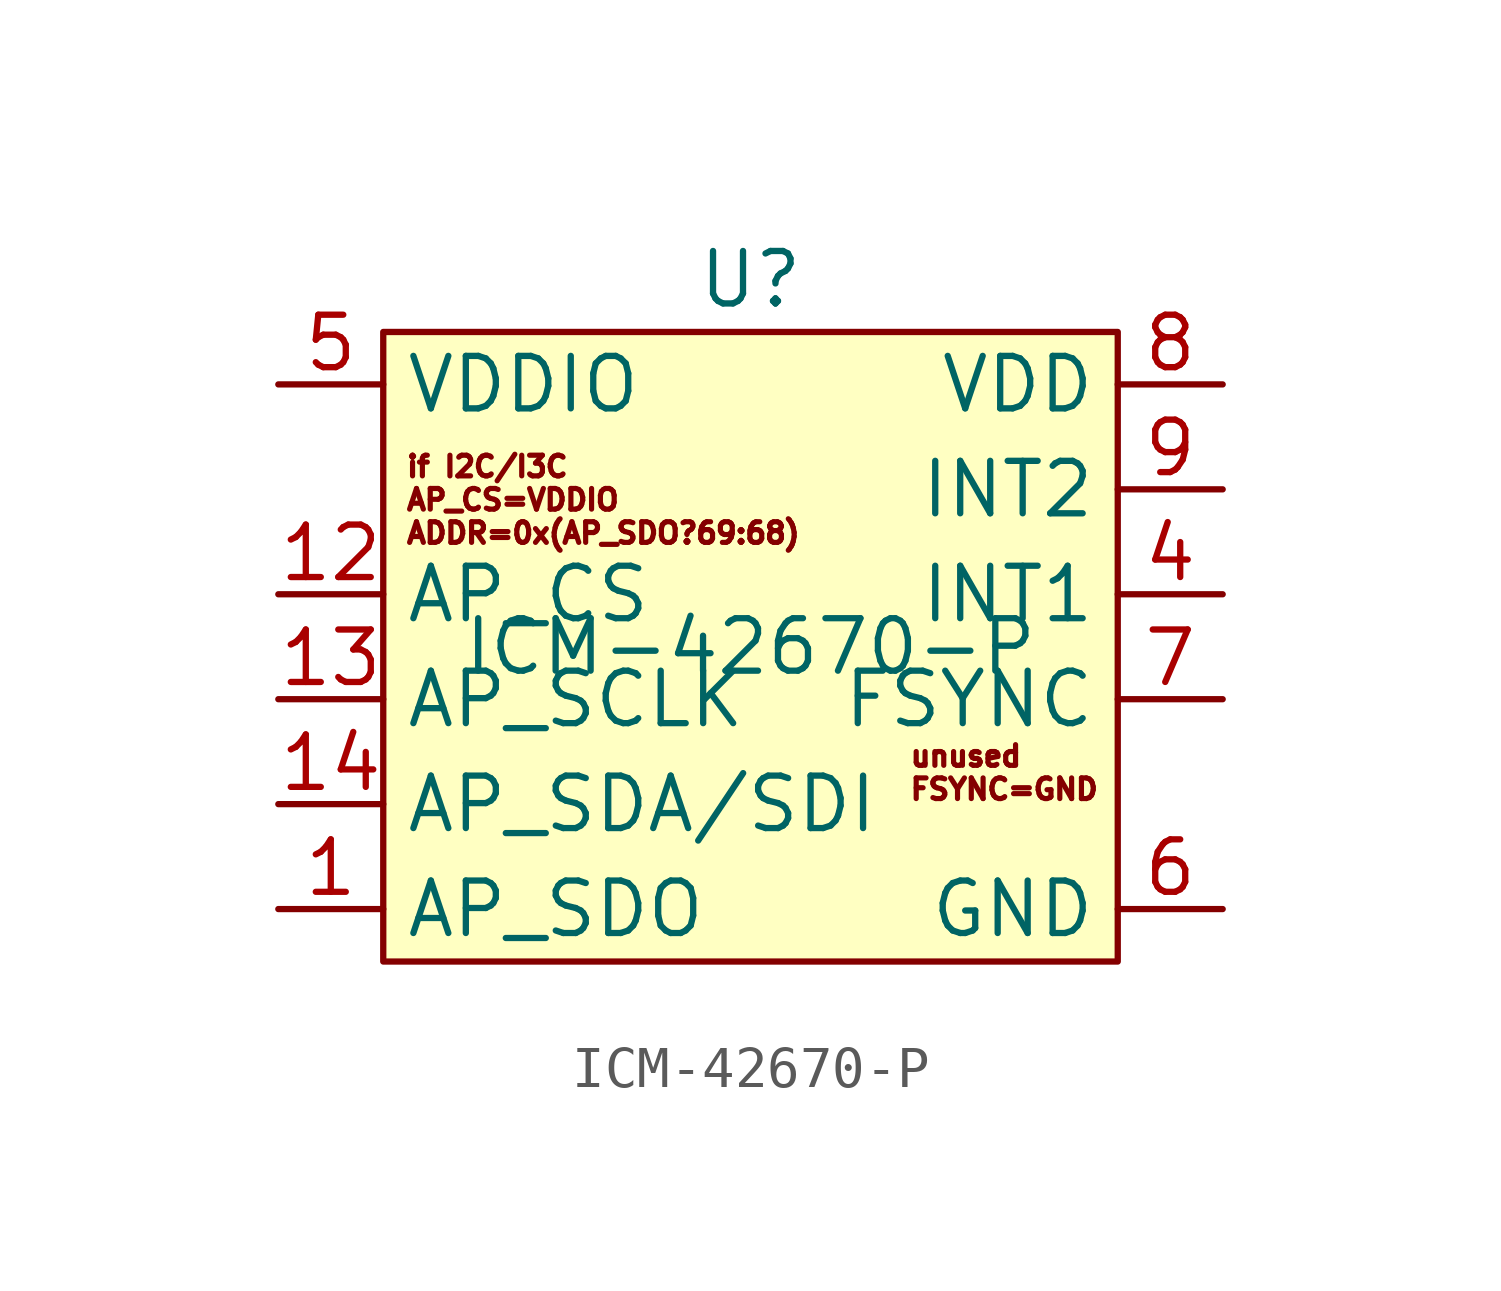
<source format=kicad_sym>
(kicad_symbol_lib
  (version 20231120)
  (generator "kicad_symbol_editor")
  (generator_version "8.0")
  (symbol "ICM-42670-P"
    (property "Reference" "U"
      (at 0 8.89 0)
      (effects (font (size 1.27 1.27))))
    (property "Value" "ICM-42670-P"
      (at 0 0 0)
      (effects (font (size 1.27 1.27))))
    (symbol "ICM-42670-P_1_1"
      (rectangle (start -8.89 7.62) (end 8.89 -7.62) (stroke (width 0) (type default)) (fill (type background)))
      (text "if I2C/I3C \nAP_CS=VDDIO\nADDR=0x(AP_SDO?69:68)" (at -8.382 3.556 0) (effects (font (size 0.5 0.5)) (justify left)))
      (text "unused\nFSYNC=GND " (at 3.81 -3.048 0) (effects (font (size 0.5 0.5)) (justify left)))
      (pin bidirectional line (at -11.43 -6.35 0) (length 2.54) (name "AP_SDO" (effects (font (size 1.27 1.27)))) (number "1" (effects (font (size 1.27 1.27)))))
      (pin no_connect line (at 11.43 -3.81 180) (length 2.54) hide (name "NC" (effects (font (size 1.27 1.27)))) (number "10" (effects (font (size 1.27 1.27)))))
      (pin no_connect line (at 11.43 -3.81 180) (length 2.54) hide (name "NC" (effects (font (size 1.27 1.27)))) (number "11" (effects (font (size 1.27 1.27)))))
      (pin input line (at -11.43 1.27 0) (length 2.54) (name "AP_CS" (effects (font (size 1.27 1.27)))) (number "12" (effects (font (size 1.27 1.27)))))
      (pin input line (at -11.43 -1.27 0) (length 2.54) (name "AP_SCLK" (effects (font (size 1.27 1.27)))) (number "13" (effects (font (size 1.27 1.27)))))
      (pin bidirectional line (at -11.43 -3.81 0) (length 2.54) (name "AP_SDA/SDI" (effects (font (size 1.27 1.27)))) (number "14" (effects (font (size 1.27 1.27)))))
      (pin no_connect line (at 11.43 -3.81 180) (length 2.54) hide (name "NC" (effects (font (size 1.27 1.27)))) (number "2" (effects (font (size 1.27 1.27)))))
      (pin no_connect line (at 11.43 -3.81 180) (length 2.54) hide (name "NC" (effects (font (size 1.27 1.27)))) (number "3" (effects (font (size 1.27 1.27)))))
      (pin bidirectional line (at 11.43 1.27 180) (length 2.54) (name "INT1" (effects (font (size 1.27 1.27)))) (number "4" (effects (font (size 1.27 1.27)))))
      (pin power_in line (at -11.43 6.35 0) (length 2.54) (name "VDDIO" (effects (font (size 1.27 1.27)))) (number "5" (effects (font (size 1.27 1.27)))))
      (pin power_out line (at 11.43 -6.35 180) (length 2.54) (name "GND" (effects (font (size 1.27 1.27)))) (number "6" (effects (font (size 1.27 1.27)))))
      (pin input line (at 11.43 -1.27 180) (length 2.54) (name "FSYNC" (effects (font (size 1.27 1.27)))) (number "7" (effects (font (size 1.27 1.27)))))
      (pin power_in line (at 11.43 6.35 180) (length 2.54) (name "VDD" (effects (font (size 1.27 1.27)))) (number "8" (effects (font (size 1.27 1.27)))))
      (pin bidirectional line (at 11.43 3.81 180) (length 2.54) (name "INT2" (effects (font (size 1.27 1.27)))) (number "9" (effects (font (size 1.27 1.27))))))))
</source>
